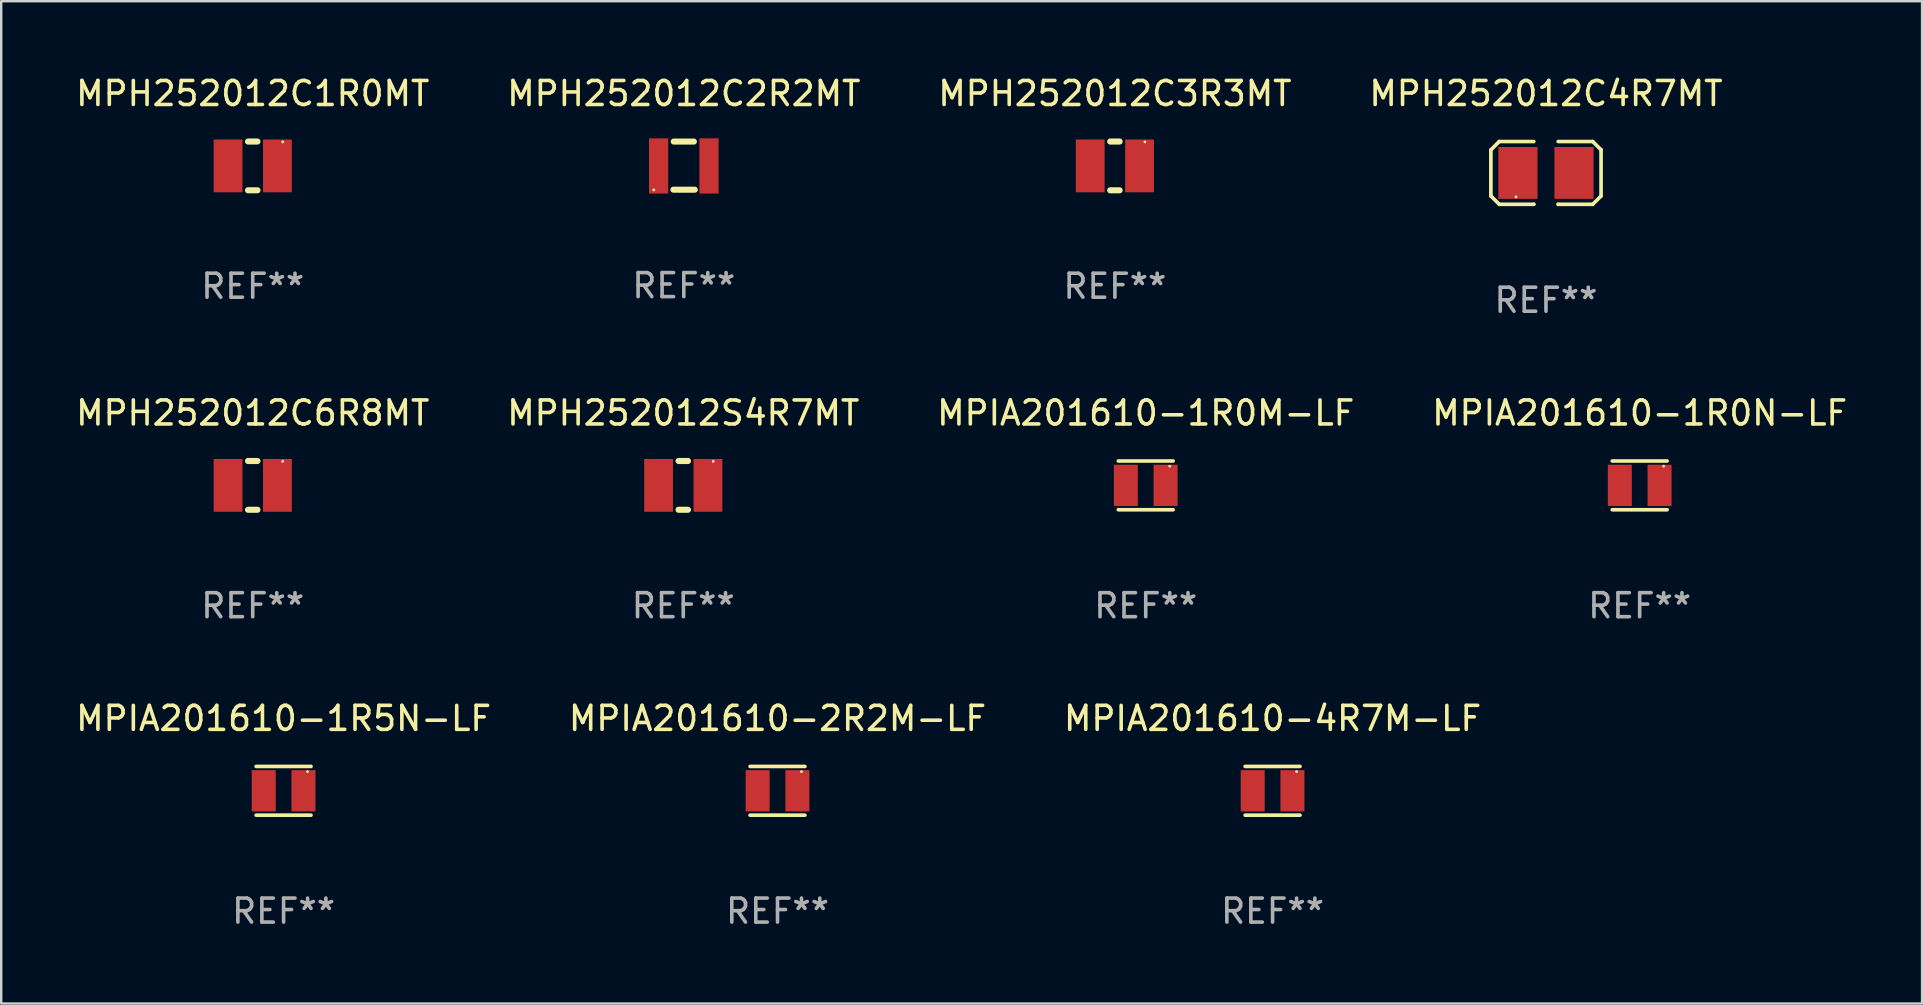
<source format=kicad_pcb>
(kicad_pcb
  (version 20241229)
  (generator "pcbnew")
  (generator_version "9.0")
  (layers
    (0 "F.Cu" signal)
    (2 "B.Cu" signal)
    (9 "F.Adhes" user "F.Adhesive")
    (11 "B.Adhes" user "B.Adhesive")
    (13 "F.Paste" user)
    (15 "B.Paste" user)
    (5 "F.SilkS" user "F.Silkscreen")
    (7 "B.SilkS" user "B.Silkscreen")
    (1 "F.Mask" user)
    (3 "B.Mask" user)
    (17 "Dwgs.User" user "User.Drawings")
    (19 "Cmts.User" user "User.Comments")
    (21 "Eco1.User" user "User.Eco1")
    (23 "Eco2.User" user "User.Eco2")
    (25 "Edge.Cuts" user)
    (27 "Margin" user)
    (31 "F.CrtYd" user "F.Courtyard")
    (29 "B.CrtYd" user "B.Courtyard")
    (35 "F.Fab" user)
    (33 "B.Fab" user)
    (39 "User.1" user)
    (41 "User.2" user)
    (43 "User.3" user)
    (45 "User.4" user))
  (footprint "MPH252012C6R8MT"
    (layer "F.Cu")
    (at 7.482 17.177)
    (property "Reference" "MPH252012C6R8MT" (at 0 -3.016 0) (layer "F.SilkS") (effects (font (size 1 1) (thickness 0.15))))
    (attr through_hole)
    (fp_line (start -0.197 1.016) (end 0.197 1.016) (stroke (width 0.254) (type solid)) (layer "F.SilkS"))
    (fp_line (start 0.197 -1.016) (end -0.197 -1.016) (stroke (width 0.254) (type solid)) (layer "F.SilkS"))
    (fp_circle (center 1.25 -1) (end 1.28 -1) (stroke (width 0.06) (type solid)) (fill no) (layer "F.SilkS"))
    (fp_text user "REF**" (at 0 5.016 0) (layer "F.Fab") (effects (font (size 1 1) (thickness 0.15))))
    (pad "1" smd rect (at 1.028 0) (size 1.2 2.2) (layers "F.Cu" "F.Mask" "F.Paste"))
    (pad "2" smd rect (at -1.028 0) (size 1.2 2.2) (layers "F.Cu" "F.Mask" "F.Paste")))
  (footprint "MPIA201610-1R0N-LF"
    (layer "F.Cu")
    (at 65.28 17.177)
    (property "Reference" "MPIA201610-1R0N-LF" (at 0 -3.016 0) (layer "F.SilkS") (effects (font (size 1 1) (thickness 0.15))))
    (attr through_hole)
    (fp_line (start -1.143 -1.016) (end 1.143 -1.016) (stroke (width 0.152) (type solid)) (layer "F.SilkS"))
    (fp_line (start 1.143 1.016) (end -1.143 1.016) (stroke (width 0.152) (type solid)) (layer "F.SilkS"))
    (fp_circle (center 1 -0.8) (end 1.03 -0.8) (stroke (width 0.06) (type solid)) (fill no) (layer "F.SilkS"))
    (fp_text user "REF**" (at 0 5.016 0) (layer "F.Fab") (effects (font (size 1 1) (thickness 0.15))))
    (pad "1" smd rect (at 0.828 0) (size 1 1.72) (layers "F.Cu" "F.Mask" "F.Paste"))
    (pad "2" smd rect (at -0.828 0) (size 1 1.72) (layers "F.Cu" "F.Mask" "F.Paste")))
  (footprint "MPH252012S4R7MT"
    (layer "F.Cu")
    (at 25.423 17.177)
    (property "Reference" "MPH252012S4R7MT" (at 0 -3.016 0) (layer "F.SilkS") (effects (font (size 1 1) (thickness 0.15))))
    (attr through_hole)
    (fp_line (start -0.197 1.016) (end 0.197 1.016) (stroke (width 0.254) (type solid)) (layer "F.SilkS"))
    (fp_line (start 0.197 -1.016) (end -0.197 -1.016) (stroke (width 0.254) (type solid)) (layer "F.SilkS"))
    (fp_circle (center 1.25 -1) (end 1.28 -1) (stroke (width 0.06) (type solid)) (fill no) (layer "F.SilkS"))
    (fp_text user "REF**" (at 0 5.016 0) (layer "F.Fab") (effects (font (size 1 1) (thickness 0.15))))
    (pad "1" smd rect (at 1.028 0) (size 1.2 2.2) (layers "F.Cu" "F.Mask" "F.Paste"))
    (pad "2" smd rect (at -1.028 0) (size 1.2 2.2) (layers "F.Cu" "F.Mask" "F.Paste")))
  (footprint "MPH252012C1R0MT"
    (layer "F.Cu")
    (at 7.482 3.864)
    (property "Reference" "MPH252012C1R0MT" (at 0 -3.016 0) (layer "F.SilkS") (effects (font (size 1 1) (thickness 0.15))))
    (attr through_hole)
    (fp_line (start -0.197 1.016) (end 0.197 1.016) (stroke (width 0.254) (type solid)) (layer "F.SilkS"))
    (fp_line (start 0.197 -1.016) (end -0.197 -1.016) (stroke (width 0.254) (type solid)) (layer "F.SilkS"))
    (fp_circle (center 1.25 -1) (end 1.28 -1) (stroke (width 0.06) (type solid)) (fill no) (layer "F.SilkS"))
    (fp_text user "REF**" (at 0 5.016 0) (layer "F.Fab") (effects (font (size 1 1) (thickness 0.15))))
    (pad "1" smd rect (at 1.028 0) (size 1.2 2.2) (layers "F.Cu" "F.Mask" "F.Paste"))
    (pad "2" smd rect (at -1.028 0) (size 1.2 2.2) (layers "F.Cu" "F.Mask" "F.Paste")))
  (footprint "MPH252012C2R2MT"
    (layer "F.Cu")
    (at 25.446 3.852)
    (property "Reference" "MPH252012C2R2MT" (at 0 -3.003 0) (layer "F.SilkS") (effects (font (size 1 1) (thickness 0.15))))
    (attr through_hole)
    (fp_line (start -0.432 1.003) (end 0.457 1.003) (stroke (width 0.254) (type solid)) (layer "F.SilkS"))
    (fp_line (start -0.419 -1.003) (end 0.419 -1.003) (stroke (width 0.254) (type solid)) (layer "F.SilkS"))
    (fp_circle (center -1.25 1.013) (end -1.22 1.013) (stroke (width 0.06) (type solid)) (fill no) (layer "F.SilkS"))
    (fp_text user "REF**" (at 0 5.003 0) (layer "F.Fab") (effects (font (size 1 1) (thickness 0.15))))
    (pad "1" smd rect (at -1.05 0.013) (size 0.8 2.3) (layers "F.Cu" "F.Mask" "F.Paste"))
    (pad "2" smd rect (at 1.05 0.013) (size 0.8 2.3) (layers "F.Cu" "F.Mask" "F.Paste")))
  (footprint "MPIA201610-1R5N-LF"
    (layer "F.Cu")
    (at 8.768 29.905)
    (property "Reference" "MPIA201610-1R5N-LF" (at 0 -3.016 0) (layer "F.SilkS") (effects (font (size 1 1) (thickness 0.15))))
    (attr through_hole)
    (fp_line (start -1.143 -1.016) (end 1.143 -1.016) (stroke (width 0.152) (type solid)) (layer "F.SilkS"))
    (fp_line (start 1.143 1.016) (end -1.143 1.016) (stroke (width 0.152) (type solid)) (layer "F.SilkS"))
    (fp_circle (center 1 -0.8) (end 1.03 -0.8) (stroke (width 0.06) (type solid)) (fill no) (layer "F.SilkS"))
    (fp_text user "REF**" (at 0 5.016 0) (layer "F.Fab") (effects (font (size 1 1) (thickness 0.15))))
    (pad "1" smd rect (at 0.828 0) (size 1 1.72) (layers "F.Cu" "F.Mask" "F.Paste"))
    (pad "2" smd rect (at -0.828 0) (size 1 1.72) (layers "F.Cu" "F.Mask" "F.Paste")))
  (footprint "MPIA201610-2R2M-LF"
    (layer "F.Cu")
    (at 29.351 29.905)
    (property "Reference" "MPIA201610-2R2M-LF" (at 0 -3.016 0) (layer "F.SilkS") (effects (font (size 1 1) (thickness 0.15))))
    (attr through_hole)
    (fp_line (start -1.143 -1.016) (end 1.143 -1.016) (stroke (width 0.152) (type solid)) (layer "F.SilkS"))
    (fp_line (start 1.143 1.016) (end -1.143 1.016) (stroke (width 0.152) (type solid)) (layer "F.SilkS"))
    (fp_circle (center 1 -0.8) (end 1.03 -0.8) (stroke (width 0.06) (type solid)) (fill no) (layer "F.SilkS"))
    (fp_text user "REF**" (at 0 5.016 0) (layer "F.Fab") (effects (font (size 1 1) (thickness 0.15))))
    (pad "1" smd rect (at 0.828 0) (size 1 1.72) (layers "F.Cu" "F.Mask" "F.Paste"))
    (pad "2" smd rect (at -0.828 0) (size 1 1.72) (layers "F.Cu" "F.Mask" "F.Paste")))
  (footprint "MPIA201610-4R7M-LF"
    (layer "F.Cu")
    (at 49.982 29.905)
    (property "Reference" "MPIA201610-4R7M-LF" (at 0 -3.016 0) (layer "F.SilkS") (effects (font (size 1 1) (thickness 0.15))))
    (attr through_hole)
    (fp_line (start -1.143 -1.016) (end 1.143 -1.016) (stroke (width 0.152) (type solid)) (layer "F.SilkS"))
    (fp_line (start 1.143 1.016) (end -1.143 1.016) (stroke (width 0.152) (type solid)) (layer "F.SilkS"))
    (fp_circle (center 1 -0.8) (end 1.03 -0.8) (stroke (width 0.06) (type solid)) (fill no) (layer "F.SilkS"))
    (fp_text user "REF**" (at 0 5.016 0) (layer "F.Fab") (effects (font (size 1 1) (thickness 0.15))))
    (pad "1" smd rect (at 0.828 0) (size 1 1.72) (layers "F.Cu" "F.Mask" "F.Paste"))
    (pad "2" smd rect (at -0.828 0) (size 1 1.72) (layers "F.Cu" "F.Mask" "F.Paste")))
  (footprint "MPH252012C3R3MT"
    (layer "F.Cu")
    (at 43.411 3.864)
    (property "Reference" "MPH252012C3R3MT" (at 0 -3.016 0) (layer "F.SilkS") (effects (font (size 1 1) (thickness 0.15))))
    (attr through_hole)
    (fp_line (start -0.197 1.016) (end 0.197 1.016) (stroke (width 0.254) (type solid)) (layer "F.SilkS"))
    (fp_line (start 0.197 -1.016) (end -0.197 -1.016) (stroke (width 0.254) (type solid)) (layer "F.SilkS"))
    (fp_circle (center 1.25 -1) (end 1.28 -1) (stroke (width 0.06) (type solid)) (fill no) (layer "F.SilkS"))
    (fp_text user "REF**" (at 0 5.016 0) (layer "F.Fab") (effects (font (size 1 1) (thickness 0.15))))
    (pad "1" smd rect (at 1.028 0) (size 1.2 2.2) (layers "F.Cu" "F.Mask" "F.Paste"))
    (pad "2" smd rect (at -1.028 0) (size 1.2 2.2) (layers "F.Cu" "F.Mask" "F.Paste")))
  (footprint "MPH252012C4R7MT"
    (layer "F.Cu")
    (at 61.375 4.156)
    (property "Reference" "MPH252012C4R7MT" (at 0 -3.308 0) (layer "F.SilkS") (effects (font (size 1 1) (thickness 0.15))))
    (attr through_hole)
    (fp_line (start -2.296 -0.96) (end -1.948 -1.308) (stroke (width 0.152) (type solid)) (layer "F.SilkS"))
    (fp_line (start -2.296 0.96) (end -2.296 -0.96) (stroke (width 0.152) (type solid)) (layer "F.SilkS"))
    (fp_line (start -1.948 -1.308) (end -0.508 -1.308) (stroke (width 0.152) (type solid)) (layer "F.SilkS"))
    (fp_line (start -1.948 1.308) (end -2.296 0.96) (stroke (width 0.152) (type solid)) (layer "F.SilkS"))
    (fp_line (start -0.508 1.308) (end -1.948 1.308) (stroke (width 0.152) (type solid)) (layer "F.SilkS"))
    (fp_line (start -0.508 1.308) (end -0.508 1.308) (stroke (width 0.152) (type solid)) (layer "F.SilkS"))
    (fp_line (start 0.508 1.308) (end 0.508 1.308) (stroke (width 0.152) (type solid)) (layer "F.SilkS"))
    (fp_line (start 0.508 1.308) (end 1.948 1.308) (stroke (width 0.152) (type solid)) (layer "F.SilkS"))
    (fp_line (start 1.948 -1.308) (end 0.508 -1.308) (stroke (width 0.152) (type solid)) (layer "F.SilkS"))
    (fp_line (start 1.948 1.308) (end 2.296 0.963) (stroke (width 0.152) (type solid)) (layer "F.SilkS"))
    (fp_line (start 2.296 -0.963) (end 1.948 -1.308) (stroke (width 0.152) (type solid)) (layer "F.SilkS"))
    (fp_line (start 2.296 0.963) (end 2.296 -0.963) (stroke (width 0.152) (type solid)) (layer "F.SilkS"))
    (fp_circle (center -1.25 1) (end -1.22 1) (stroke (width 0.06) (type solid)) (fill no) (layer "F.SilkS"))
    (fp_text user "REF**" (at 0 5.308 0) (layer "F.Fab") (effects (font (size 1 1) (thickness 0.15))))
    (pad "1" smd rect (at -1.168 0.000025) (size 1.635 2.16) (layers "F.Cu" "F.Mask" "F.Paste"))
    (pad "2" smd rect (at 1.168 0.000025) (size 1.635 2.16) (layers "F.Cu" "F.Mask" "F.Paste")))
  (footprint "MPIA201610-1R0M-LF"
    (layer "F.Cu")
    (at 44.696 17.177)
    (property "Reference" "MPIA201610-1R0M-LF" (at 0 -3.016 0) (layer "F.SilkS") (effects (font (size 1 1) (thickness 0.15))))
    (attr through_hole)
    (fp_line (start -1.143 -1.016) (end 1.143 -1.016) (stroke (width 0.152) (type solid)) (layer "F.SilkS"))
    (fp_line (start 1.143 1.016) (end -1.143 1.016) (stroke (width 0.152) (type solid)) (layer "F.SilkS"))
    (fp_circle (center 1 -0.8) (end 1.03 -0.8) (stroke (width 0.06) (type solid)) (fill no) (layer "F.SilkS"))
    (fp_text user "REF**" (at 0 5.016 0) (layer "F.Fab") (effects (font (size 1 1) (thickness 0.15))))
    (pad "1" smd rect (at 0.828 0) (size 1 1.72) (layers "F.Cu" "F.Mask" "F.Paste"))
    (pad "2" smd rect (at -0.828 0) (size 1 1.72) (layers "F.Cu" "F.Mask" "F.Paste")))
  (gr_rect
    (start -3 -3)
    (end 77.048 38.77)
    (stroke (width 0.1) (type default))
    (fill no)
    (layer "Edge.Cuts")))
</source>
